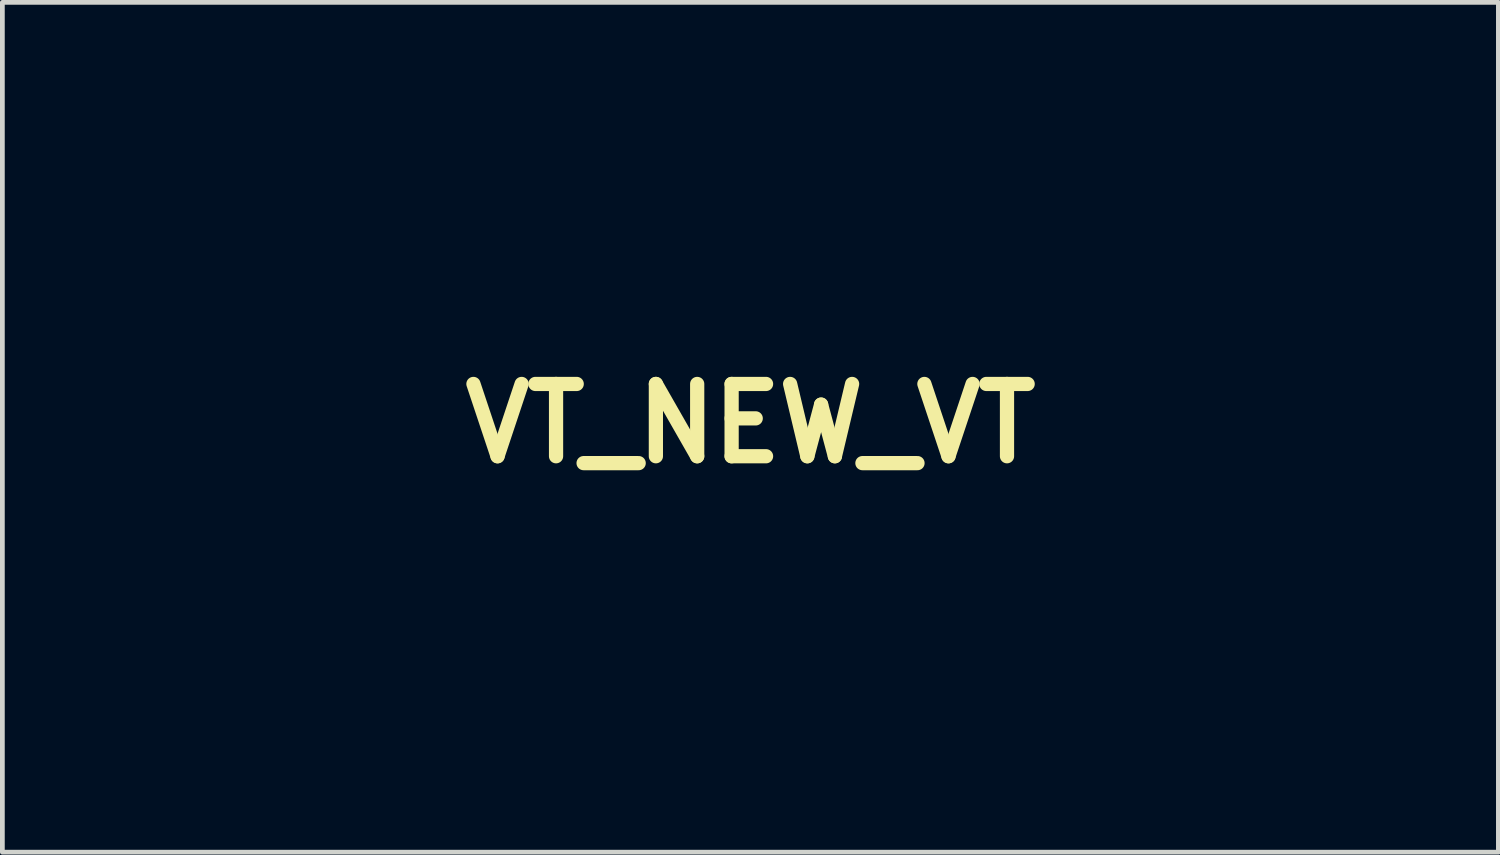
<source format=kicad_pcb>
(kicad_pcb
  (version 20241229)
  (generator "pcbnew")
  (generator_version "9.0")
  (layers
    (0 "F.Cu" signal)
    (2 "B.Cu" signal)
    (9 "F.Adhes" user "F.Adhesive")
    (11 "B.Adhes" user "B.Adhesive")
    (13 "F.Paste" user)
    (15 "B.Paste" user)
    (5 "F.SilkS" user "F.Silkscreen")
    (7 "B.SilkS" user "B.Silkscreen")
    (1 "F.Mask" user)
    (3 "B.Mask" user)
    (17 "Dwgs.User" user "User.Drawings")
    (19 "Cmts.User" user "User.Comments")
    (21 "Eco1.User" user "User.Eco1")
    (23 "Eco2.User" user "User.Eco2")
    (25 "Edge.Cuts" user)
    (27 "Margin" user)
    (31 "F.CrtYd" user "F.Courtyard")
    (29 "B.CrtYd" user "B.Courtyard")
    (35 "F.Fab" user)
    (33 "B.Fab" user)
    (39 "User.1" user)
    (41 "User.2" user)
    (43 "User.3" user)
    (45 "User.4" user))
  (footprint "VT_NEW_VT"
    (layer "F.Cu")
    (at 12.773 5.879)
    (property "Reference" "VT_NEW_VT" (at 0 0 0) (layer "F.SilkS") (effects (font (size 1.524 1.524) (thickness 0.3))))
    (attr through_hole)
    (fp_poly (pts (xy 6.874 -5.874) (xy 12.761 -5.874) (xy 11.758 -3.97) (xy 10.755 -2.066) (xy 8.572 -2.064) (xy 6.39 -2.063) (xy 4.294 1.886) (xy 3.904 2.619) (xy 3.535 3.312) (xy 3.194 3.951) (xy 2.888 4.523) (xy 2.623 5.016) (xy 2.407 5.416) (xy 2.247 5.711) (xy 2.149 5.887) (xy 2.121 5.933) (xy 2.057 5.964) (xy 1.909 5.989) (xy 1.663 6.007) (xy 1.306 6.02) (xy 0.825 6.028) (xy 0.205 6.032) (xy -0.168 6.032) (xy -0.742 6.03) (xy -1.261 6.025) (xy -1.704 6.016) (xy -2.051 6.004) (xy -2.282 5.99) (xy -2.378 5.975) (xy -2.379 5.973) (xy -2.342 5.894) (xy -2.235 5.688) (xy -2.067 5.369) (xy -1.842 4.948) (xy -1.569 4.438) (xy -1.254 3.852) (xy -0.904 3.203) (xy -0.526 2.504) (xy -0.244 1.984) (xy 1.889 -1.945) (xy 0.389 -1.966) (xy -0.079 -1.976) (xy -0.488 -1.99) (xy -0.812 -2.007) (xy -1.028 -2.026) (xy -1.11 -2.045) (xy -1.11 -2.046) (xy -1.074 -2.139) (xy -0.979 -2.33) (xy -0.846 -2.576) (xy -0.844 -2.58) (xy -0.58 -3.056) (xy 1.536 -3.077) (xy 2.097 -3.082) (xy 2.602 -3.085) (xy 3.03 -3.086) (xy 3.362 -3.084) (xy 3.576 -3.081) (xy 3.651 -3.076) (xy 3.615 -3.004) (xy 3.511 -2.804) (xy 3.346 -2.489) (xy 3.127 -2.071) (xy 2.859 -1.562) (xy 2.55 -0.975) (xy 2.205 -0.323) (xy 1.833 0.383) (xy 1.51 0.993) (xy -0.631 5.04) (xy 0.372 5.063) (xy 0.779 5.066) (xy 1.115 5.056) (xy 1.349 5.037) (xy 1.453 5.008) (xy 1.504 4.925) (xy 1.621 4.715) (xy 1.799 4.391) (xy 2.029 3.965) (xy 2.305 3.452) (xy 2.62 2.864) (xy 2.966 2.214) (xy 3.337 1.516) (xy 3.538 1.136) (xy 3.921 0.412) (xy 4.285 -0.274) (xy 4.621 -0.909) (xy 4.924 -1.48) (xy 5.185 -1.972) (xy 5.397 -2.372) (xy 5.553 -2.666) (xy 5.646 -2.84) (xy 5.667 -2.877) (xy 5.787 -3.096) (xy 10.127 -3.096) (xy 10.432 -3.671) (xy 10.599 -3.981) (xy 10.759 -4.271) (xy 10.88 -4.484) (xy 10.893 -4.507) (xy 11.049 -4.767) (xy 5.901 -4.745) (xy 0.754 -4.723) (xy 0.278 -4.491) (xy -0.045 -4.315) (xy -0.342 -4.103) (xy -0.628 -3.841) (xy -0.914 -3.512) (xy -1.216 -3.099) (xy -1.545 -2.586) (xy -1.914 -1.957) (xy -2.234 -1.386) (xy -2.435 -1.02) (xy -2.693 -0.549) (xy -2.997 0.006) (xy -3.336 0.628) (xy -3.7 1.295) (xy -4.078 1.988) (xy -4.459 2.688) (xy -4.833 3.375) (xy -5.189 4.029) (xy -5.516 4.63) (xy -5.803 5.16) (xy -6.04 5.597) (xy -6.216 5.924) (xy -6.269 6.023) (xy -6.332 6.024) (xy -6.447 5.886) (xy -6.616 5.604) (xy -6.648 5.546) (xy -6.738 5.38) (xy -6.897 5.086) (xy -7.116 4.677) (xy -7.39 4.167) (xy -7.711 3.568) (xy -8.073 2.892) (xy -8.468 2.153) (xy -8.891 1.363) (xy -9.333 0.536) (xy -9.684 -0.119) (xy -10.133 -0.959) (xy -10.564 -1.765) (xy -10.97 -2.525) (xy -11.346 -3.227) (xy -11.684 -3.858) (xy -11.978 -4.408) (xy -12.222 -4.863) (xy -12.409 -5.212) (xy -12.533 -5.443) (xy -12.584 -5.536) (xy -12.768 -5.874) (xy -8.295 -5.872) (xy -7.382 -4.088) (xy -7.132 -3.603) (xy -6.904 -3.167) (xy -6.709 -2.8) (xy -6.558 -2.522) (xy -6.459 -2.351) (xy -6.425 -2.303) (xy -6.376 -2.369) (xy -6.261 -2.556) (xy -6.09 -2.844) (xy -5.875 -3.215) (xy -5.626 -3.652) (xy -5.398 -4.056) (xy -5.127 -4.536) (xy -4.878 -4.968) (xy -4.661 -5.334) (xy -4.49 -5.614) (xy -4.374 -5.791) (xy -4.329 -5.844) (xy -4.226 -5.853) (xy -3.99 -5.859) (xy -3.646 -5.862) (xy -3.219 -5.861) (xy -2.733 -5.857) (xy -2.623 -5.856) (xy -1.003 -5.834) (xy -1.32 -5.625) (xy -1.58 -5.435) (xy -1.853 -5.209) (xy -1.938 -5.131) (xy -2.084 -4.999) (xy -2.21 -4.915) (xy -2.359 -4.867) (xy -2.571 -4.842) (xy -2.891 -4.828) (xy -2.995 -4.825) (xy -3.752 -4.802) (xy -5.034 -2.471) (xy -5.34 -1.916) (xy -5.625 -1.408) (xy -5.877 -0.962) (xy -6.088 -0.596) (xy -6.249 -0.325) (xy -6.349 -0.166) (xy -6.379 -0.129) (xy -6.431 -0.194) (xy -6.548 -0.383) (xy -6.721 -0.68) (xy -6.942 -1.069) (xy -7.2 -1.534) (xy -7.488 -2.058) (xy -7.717 -2.48) (xy -8.99 -4.842) (xy -11.04 -4.842) (xy -10.659 -4.141) (xy -10.547 -3.934) (xy -10.367 -3.603) (xy -10.13 -3.166) (xy -9.844 -2.638) (xy -9.518 -2.037) (xy -9.16 -1.378) (xy -8.78 -0.677) (xy -8.387 0.048) (xy -8.295 0.218) (xy -7.914 0.917) (xy -7.556 1.569) (xy -7.227 2.164) (xy -6.934 2.687) (xy -6.685 3.127) (xy -6.486 3.47) (xy -6.345 3.704) (xy -6.27 3.816) (xy -6.259 3.824) (xy -6.211 3.744) (xy -6.097 3.54) (xy -5.926 3.228) (xy -5.706 2.823) (xy -5.445 2.341) (xy -5.152 1.799) (xy -4.836 1.212) (xy -4.505 0.597) (xy -4.168 -0.032) (xy -3.834 -0.658) (xy -3.51 -1.265) (xy -3.205 -1.838) (xy -2.929 -2.36) (xy -2.73 -2.738) (xy -2.473 -3.217) (xy -2.261 -3.586) (xy -2.069 -3.88) (xy -1.876 -4.134) (xy -1.656 -4.38) (xy -1.508 -4.533) (xy -1.024 -4.978) (xy -0.571 -5.302) (xy -0.417 -5.388) (xy -0.242 -5.476) (xy -0.083 -5.553) (xy 0.073 -5.619) (xy 0.236 -5.675) (xy 0.42 -5.723) (xy 0.634 -5.762) (xy 0.892 -5.794) (xy 1.205 -5.819) (xy 1.584 -5.838) (xy 2.042 -5.852) (xy 2.59 -5.862) (xy 3.24 -5.868) (xy 4.004 -5.872) (xy 4.894 -5.873) (xy 5.921 -5.874) (xy 6.874 -5.874)) (stroke (width 0.01) (type solid)) (fill yes) (layer "F.Mask")))
  (gr_rect
    (start -3 -3)
    (end 28.539 14.916)
    (stroke (width 0.1) (type default))
    (fill no)
    (layer "Edge.Cuts")))
</source>
